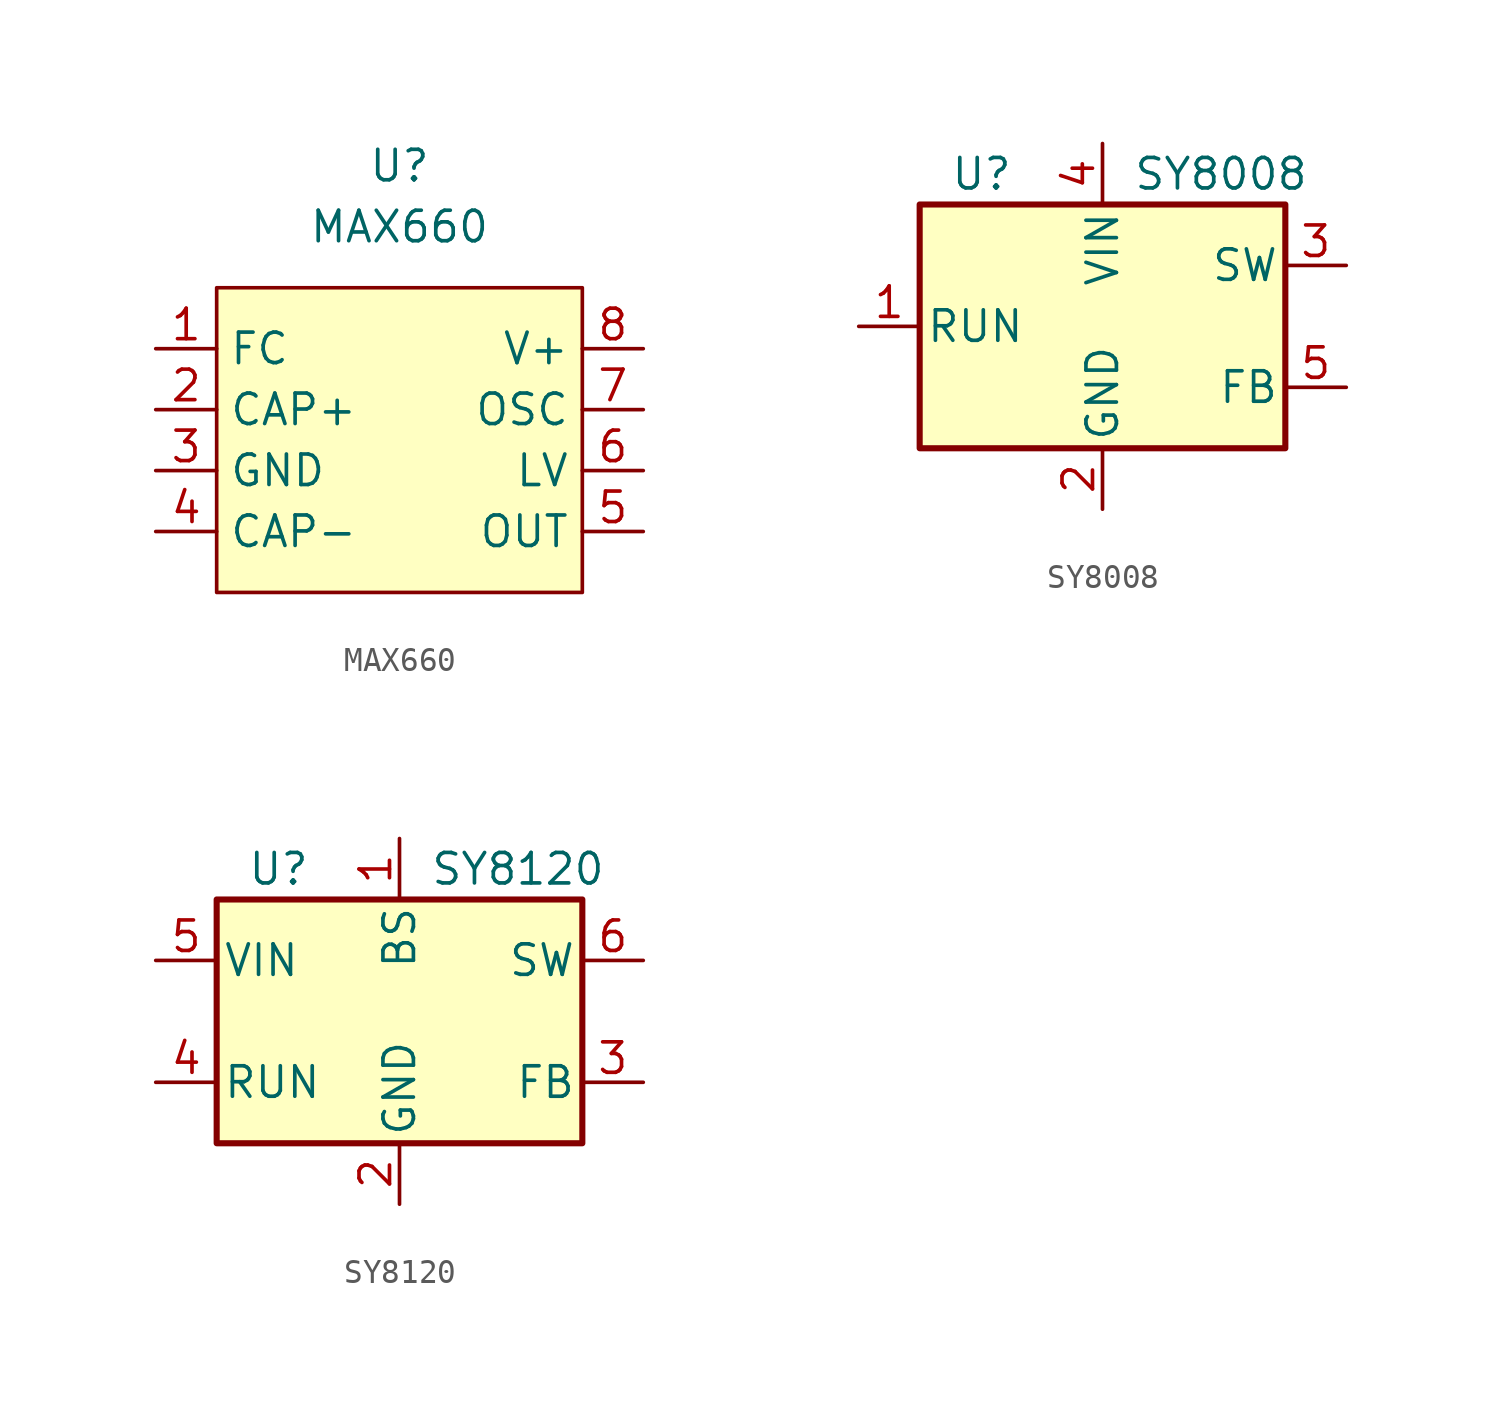
<source format=kicad_sym>
(kicad_symbol_lib
  (version 20211014)
  (generator kicad_symbol_editor)
  (symbol "MAX660"
    (property "Reference" "U"
      (at 0 0 0)
      (effects (font (size 1.27 1.27))))
    (property "Value" "MAX660"
      (at 0 -2.54 0)
      (effects (font (size 1.27 1.27))))
    (symbol "MAX660_0_1"
      (rectangle (start -7.62 -5.08) (end 7.62 -17.78) (stroke (width 0.152) (type default) (color 0 0 0 0)) (fill (type background))))
    (symbol "MAX660_1_1"
      (pin input line (at -10.16 -7.62 0) (length 2.54) (name "FC" (effects (font (size 1.27 1.27)))) (number "1" (effects (font (size 1.27 1.27)))))
      (pin input line (at -10.16 -10.16 0) (length 2.54) (name "CAP+" (effects (font (size 1.27 1.27)))) (number "2" (effects (font (size 1.27 1.27)))))
      (pin input line (at -10.16 -12.7 0) (length 2.54) (name "GND" (effects (font (size 1.27 1.27)))) (number "3" (effects (font (size 1.27 1.27)))))
      (pin input line (at -10.16 -15.24 0) (length 2.54) (name "CAP-" (effects (font (size 1.27 1.27)))) (number "4" (effects (font (size 1.27 1.27)))))
      (pin input line (at 10.16 -15.24 180) (length 2.54) (name "OUT" (effects (font (size 1.27 1.27)))) (number "5" (effects (font (size 1.27 1.27)))))
      (pin input line (at 10.16 -12.7 180) (length 2.54) (name "LV" (effects (font (size 1.27 1.27)))) (number "6" (effects (font (size 1.27 1.27)))))
      (pin input line (at 10.16 -10.16 180) (length 2.54) (name "OSC" (effects (font (size 1.27 1.27)))) (number "7" (effects (font (size 1.27 1.27)))))
      (pin input line (at 10.16 -7.62 180) (length 2.54) (name "V+" (effects (font (size 1.27 1.27)))) (number "8" (effects (font (size 1.27 1.27)))))))
  (symbol "SY8008"
    (pin_names
      (offset 0.254))
    (property "Reference" "U"
      (at -6.35 6.35 0)
      (effects (font (size 1.27 1.27)) (justify left)))
    (property "Value" "SY8008"
      (at 1.27 6.35 0)
      (effects (font (size 1.27 1.27)) (justify left)))
    (symbol "SY8008_0_1"
      (rectangle (start -7.62 5.08) (end 7.62 -5.08) (stroke (width 0.254) (type default) (color 0 0 0 0)) (fill (type background))))
    (symbol "SY8008_1_1"
      (pin input line (at -10.16 0 0) (length 2.54) (name "RUN" (effects (font (size 1.27 1.27)))) (number "1" (effects (font (size 1.27 1.27)))))
      (pin power_in line (at 0 -7.62 90) (length 2.54) (name "GND" (effects (font (size 1.27 1.27)))) (number "2" (effects (font (size 1.27 1.27)))))
      (pin output line (at 10.16 2.54 180) (length 2.54) (name "SW" (effects (font (size 1.27 1.27)))) (number "3" (effects (font (size 1.27 1.27)))))
      (pin power_in line (at 0 7.62 270) (length 2.54) (name "VIN" (effects (font (size 1.27 1.27)))) (number "4" (effects (font (size 1.27 1.27)))))
      (pin input line (at 10.16 -2.54 180) (length 2.54) (name "FB" (effects (font (size 1.27 1.27)))) (number "5" (effects (font (size 1.27 1.27)))))))
  (symbol "SY8120"
    (pin_names
      (offset 0.254))
    (property "Reference" "U"
      (at -6.35 6.35 0)
      (effects (font (size 1.27 1.27)) (justify left)))
    (property "Value" "SY8120"
      (at 1.27 6.35 0)
      (effects (font (size 1.27 1.27)) (justify left)))
    (symbol "SY8120_0_1"
      (rectangle (start -7.62 5.08) (end 7.62 -5.08) (stroke (width 0.254) (type default) (color 0 0 0 0)) (fill (type background))))
    (symbol "SY8120_1_1"
      (pin input line (at 0 7.62 270) (length 2.54) (name "BS" (effects (font (size 1.27 1.27)))) (number "1" (effects (font (size 1.27 1.27)))))
      (pin power_in line (at 0 -7.62 90) (length 2.54) (name "GND" (effects (font (size 1.27 1.27)))) (number "2" (effects (font (size 1.27 1.27)))))
      (pin input line (at 10.16 -2.54 180) (length 2.54) (name "FB" (effects (font (size 1.27 1.27)))) (number "3" (effects (font (size 1.27 1.27)))))
      (pin input line (at -10.16 -2.54 0) (length 2.54) (name "RUN" (effects (font (size 1.27 1.27)))) (number "4" (effects (font (size 1.27 1.27)))))
      (pin power_in line (at -10.16 2.54 0) (length 2.54) (name "VIN" (effects (font (size 1.27 1.27)))) (number "5" (effects (font (size 1.27 1.27)))))
      (pin output line (at 10.16 2.54 180) (length 2.54) (name "SW" (effects (font (size 1.27 1.27)))) (number "6" (effects (font (size 1.27 1.27))))))))
</source>
